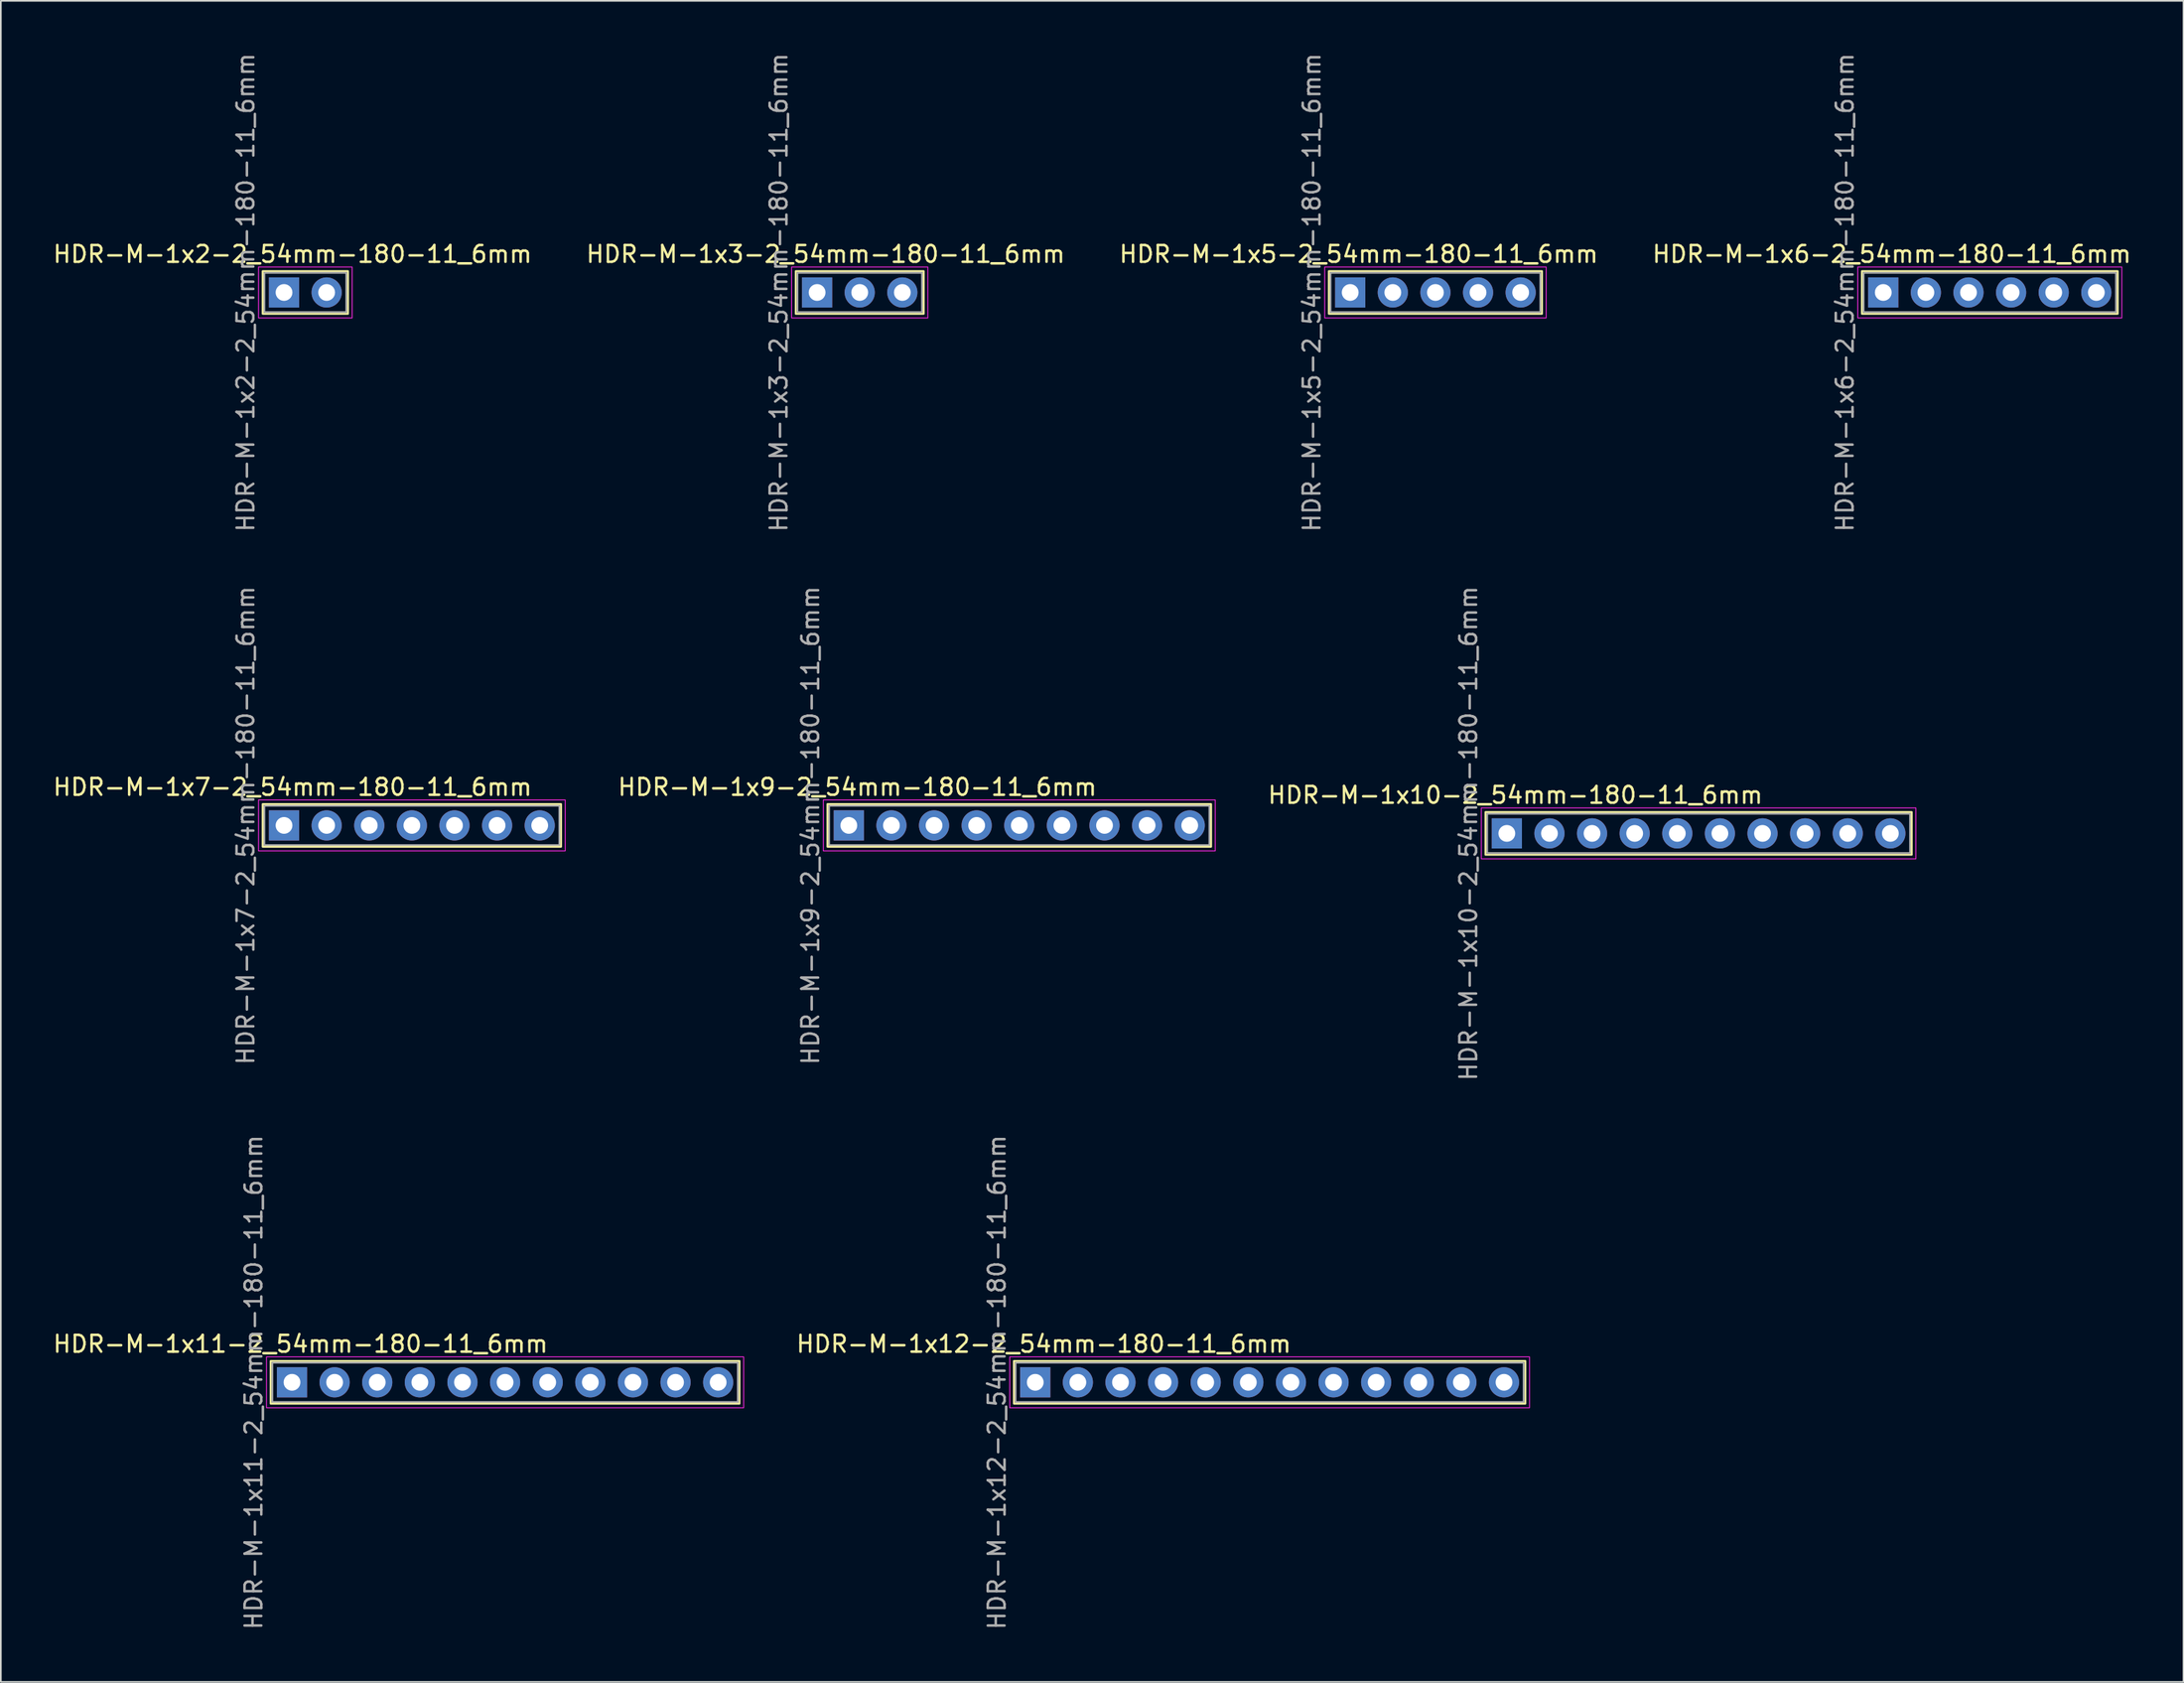
<source format=kicad_pcb>
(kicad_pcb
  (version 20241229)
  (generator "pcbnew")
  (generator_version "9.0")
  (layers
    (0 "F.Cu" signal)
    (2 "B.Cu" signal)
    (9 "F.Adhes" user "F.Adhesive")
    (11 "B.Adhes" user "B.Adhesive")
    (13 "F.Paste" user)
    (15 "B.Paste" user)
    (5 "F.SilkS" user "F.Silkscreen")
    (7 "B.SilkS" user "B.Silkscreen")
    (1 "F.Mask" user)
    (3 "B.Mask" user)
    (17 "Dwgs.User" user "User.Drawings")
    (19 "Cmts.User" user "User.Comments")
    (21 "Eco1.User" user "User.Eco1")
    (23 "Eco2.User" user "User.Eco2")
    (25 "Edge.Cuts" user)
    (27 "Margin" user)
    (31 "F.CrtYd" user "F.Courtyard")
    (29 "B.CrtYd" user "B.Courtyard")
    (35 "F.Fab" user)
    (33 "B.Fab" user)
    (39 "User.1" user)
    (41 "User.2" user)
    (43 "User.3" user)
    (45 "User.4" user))
  (footprint "HDR-M-1x3-2_54mm-180-11_6mm"
    (layer "F.Cu")
    (at 45.653 14.387)
    (property "Reference" "HDR-M-1x3-2_54mm-180-11_6mm" (at 0.508 -2.286 0) (unlocked yes) (layer "F.SilkS") (effects (font (size 1 1) (thickness 0.15))))
    (attr through_hole)
    (fp_rect (start -1.27 -1.27) (end 6.35 1.27) (stroke (width 0.12) (type solid)) (fill no) (layer "F.SilkS"))
    (fp_rect (start -1.52 -1.52) (end 6.6 1.52) (stroke (width 0.05) (type solid)) (fill no) (layer "F.CrtYd"))
    (fp_rect (start -1.17 -1.17) (end 6.25 1.17) (stroke (width 0.1) (type solid)) (fill no) (layer "F.Fab"))
    (fp_text user "${REFERENCE}" (at -2.286 0 90) (unlocked yes) (layer "F.Fab") (effects (font (size 1 1) (thickness 0.15))))
    (pad "1" thru_hole rect (at 0 0) (size 1.8 1.8) (drill 1) (layers "*.Cu" "*.Mask"))
    (pad "2" thru_hole circle (at 2.54 0) (size 1.8 1.8) (drill 1) (layers "*.Cu" "*.Mask"))
    (pad "3" thru_hole circle (at 5.08 0) (size 1.8 1.8) (drill 1) (layers "*.Cu" "*.Mask")))
  (footprint "HDR-M-1x12-2_54mm-180-11_6mm"
    (layer "F.Cu")
    (at 58.655 79.363)
    (property "Reference" "HDR-M-1x12-2_54mm-180-11_6mm" (at 0.508 -2.286 0) (unlocked yes) (layer "F.SilkS") (effects (font (size 1 1) (thickness 0.15))))
    (attr through_hole)
    (fp_rect (start -1.27 -1.27) (end 29.21 1.27) (stroke (width 0.12) (type solid)) (fill no) (layer "F.SilkS"))
    (fp_rect (start -1.52 -1.52) (end 29.46 1.52) (stroke (width 0.05) (type solid)) (fill no) (layer "F.CrtYd"))
    (fp_rect (start -1.17 -1.17) (end 29.11 1.17) (stroke (width 0.1) (type solid)) (fill no) (layer "F.Fab"))
    (fp_text user "${REFERENCE}" (at -2.286 0 90) (unlocked yes) (layer "F.Fab") (effects (font (size 1 1) (thickness 0.15))))
    (pad "1" thru_hole rect (at 0 0) (size 1.8 1.8) (drill 1) (layers "*.Cu" "*.Mask"))
    (pad "2" thru_hole circle (at 2.54 0) (size 1.8 1.8) (drill 1) (layers "*.Cu" "*.Mask"))
    (pad "3" thru_hole circle (at 5.08 0) (size 1.8 1.8) (drill 1) (layers "*.Cu" "*.Mask"))
    (pad "4" thru_hole circle (at 7.62 0) (size 1.8 1.8) (drill 1) (layers "*.Cu" "*.Mask"))
    (pad "5" thru_hole circle (at 10.16 0) (size 1.8 1.8) (drill 1) (layers "*.Cu" "*.Mask"))
    (pad "6" thru_hole circle (at 12.7 0) (size 1.8 1.8) (drill 1) (layers "*.Cu" "*.Mask"))
    (pad "7" thru_hole circle (at 15.24 0) (size 1.8 1.8) (drill 1) (layers "*.Cu" "*.Mask"))
    (pad "8" thru_hole circle (at 17.78 0) (size 1.8 1.8) (drill 1) (layers "*.Cu" "*.Mask"))
    (pad "9" thru_hole circle (at 20.32 0) (size 1.8 1.8) (drill 1) (layers "*.Cu" "*.Mask"))
    (pad "10" thru_hole circle (at 22.86 0) (size 1.8 1.8) (drill 1) (layers "*.Cu" "*.Mask"))
    (pad "11" thru_hole circle (at 25.4 0) (size 1.8 1.8) (drill 1) (layers "*.Cu" "*.Mask"))
    (pad "12" thru_hole circle (at 27.94 0) (size 1.8 1.8) (drill 1) (layers "*.Cu" "*.Mask")))
  (footprint "HDR-M-1x2-2_54mm-180-11_6mm"
    (layer "F.Cu")
    (at 13.879 14.387)
    (property "Reference" "HDR-M-1x2-2_54mm-180-11_6mm" (at 0.508 -2.286 0) (unlocked yes) (layer "F.SilkS") (effects (font (size 1 1) (thickness 0.15))))
    (attr through_hole)
    (fp_rect (start -1.27 -1.27) (end 3.81 1.27) (stroke (width 0.12) (type solid)) (fill no) (layer "F.SilkS"))
    (fp_rect (start -1.52 -1.52) (end 4.06 1.52) (stroke (width 0.05) (type solid)) (fill no) (layer "F.CrtYd"))
    (fp_rect (start -1.17 -1.17) (end 3.71 1.17) (stroke (width 0.1) (type solid)) (fill no) (layer "F.Fab"))
    (fp_text user "${REFERENCE}" (at -2.286 0 90) (unlocked yes) (layer "F.Fab") (effects (font (size 1 1) (thickness 0.15))))
    (pad "1" thru_hole rect (at 0 0) (size 1.8 1.8) (drill 1) (layers "*.Cu" "*.Mask"))
    (pad "2" thru_hole circle (at 2.54 0) (size 1.8 1.8) (drill 1) (layers "*.Cu" "*.Mask")))
  (footprint "HDR-M-1x10-2_54mm-180-11_6mm"
    (layer "F.Cu")
    (at 86.763 46.637)
    (property "Reference" "HDR-M-1x10-2_54mm-180-11_6mm" (at 0.508 -2.286 0) (unlocked yes) (layer "F.SilkS") (effects (font (size 1 1) (thickness 0.15))))
    (attr through_hole)
    (fp_rect (start -1.27 -1.27) (end 24.13 1.27) (stroke (width 0.12) (type solid)) (fill no) (layer "F.SilkS"))
    (fp_rect (start -1.52 -1.52) (end 24.38 1.52) (stroke (width 0.05) (type solid)) (fill no) (layer "F.CrtYd"))
    (fp_rect (start -1.17 -1.17) (end 24.03 1.17) (stroke (width 0.1) (type solid)) (fill no) (layer "F.Fab"))
    (fp_text user "${REFERENCE}" (at -2.286 0 90) (unlocked yes) (layer "F.Fab") (effects (font (size 1 1) (thickness 0.15))))
    (pad "1" thru_hole rect (at 0 0) (size 1.8 1.8) (drill 1) (layers "*.Cu" "*.Mask"))
    (pad "2" thru_hole circle (at 2.54 0) (size 1.8 1.8) (drill 1) (layers "*.Cu" "*.Mask"))
    (pad "3" thru_hole circle (at 5.08 0) (size 1.8 1.8) (drill 1) (layers "*.Cu" "*.Mask"))
    (pad "4" thru_hole circle (at 7.62 0) (size 1.8 1.8) (drill 1) (layers "*.Cu" "*.Mask"))
    (pad "5" thru_hole circle (at 10.16 0) (size 1.8 1.8) (drill 1) (layers "*.Cu" "*.Mask"))
    (pad "6" thru_hole circle (at 12.7 0) (size 1.8 1.8) (drill 1) (layers "*.Cu" "*.Mask"))
    (pad "7" thru_hole circle (at 15.24 0) (size 1.8 1.8) (drill 1) (layers "*.Cu" "*.Mask"))
    (pad "8" thru_hole circle (at 17.78 0) (size 1.8 1.8) (drill 1) (layers "*.Cu" "*.Mask"))
    (pad "9" thru_hole circle (at 20.32 0) (size 1.8 1.8) (drill 1) (layers "*.Cu" "*.Mask"))
    (pad "10" thru_hole circle (at 22.86 0) (size 1.8 1.8) (drill 1) (layers "*.Cu" "*.Mask")))
  (footprint "HDR-M-1x9-2_54mm-180-11_6mm"
    (layer "F.Cu")
    (at 47.543 46.161)
    (property "Reference" "HDR-M-1x9-2_54mm-180-11_6mm" (at 0.508 -2.286 0) (unlocked yes) (layer "F.SilkS") (effects (font (size 1 1) (thickness 0.15))))
    (attr through_hole)
    (fp_rect (start -1.27 -1.27) (end 21.59 1.27) (stroke (width 0.12) (type solid)) (fill no) (layer "F.SilkS"))
    (fp_rect (start -1.52 -1.52) (end 21.84 1.52) (stroke (width 0.05) (type solid)) (fill no) (layer "F.CrtYd"))
    (fp_rect (start -1.17 -1.17) (end 21.49 1.17) (stroke (width 0.1) (type solid)) (fill no) (layer "F.Fab"))
    (fp_text user "${REFERENCE}" (at -2.286 0 90) (unlocked yes) (layer "F.Fab") (effects (font (size 1 1) (thickness 0.15))))
    (pad "1" thru_hole rect (at 0 0) (size 1.8 1.8) (drill 1) (layers "*.Cu" "*.Mask"))
    (pad "2" thru_hole circle (at 2.54 0) (size 1.8 1.8) (drill 1) (layers "*.Cu" "*.Mask"))
    (pad "3" thru_hole circle (at 5.08 0) (size 1.8 1.8) (drill 1) (layers "*.Cu" "*.Mask"))
    (pad "4" thru_hole circle (at 7.62 0) (size 1.8 1.8) (drill 1) (layers "*.Cu" "*.Mask"))
    (pad "5" thru_hole circle (at 10.16 0) (size 1.8 1.8) (drill 1) (layers "*.Cu" "*.Mask"))
    (pad "6" thru_hole circle (at 12.7 0) (size 1.8 1.8) (drill 1) (layers "*.Cu" "*.Mask"))
    (pad "7" thru_hole circle (at 15.24 0) (size 1.8 1.8) (drill 1) (layers "*.Cu" "*.Mask"))
    (pad "8" thru_hole circle (at 17.78 0) (size 1.8 1.8) (drill 1) (layers "*.Cu" "*.Mask"))
    (pad "9" thru_hole circle (at 20.32 0) (size 1.8 1.8) (drill 1) (layers "*.Cu" "*.Mask")))
  (footprint "HDR-M-1x6-2_54mm-180-11_6mm"
    (layer "F.Cu")
    (at 109.2 14.387)
    (property "Reference" "HDR-M-1x6-2_54mm-180-11_6mm" (at 0.508 -2.286 0) (unlocked yes) (layer "F.SilkS") (effects (font (size 1 1) (thickness 0.15))))
    (attr through_hole)
    (fp_rect (start -1.27 -1.27) (end 13.97 1.27) (stroke (width 0.12) (type solid)) (fill no) (layer "F.SilkS"))
    (fp_rect (start -1.52 -1.52) (end 14.22 1.52) (stroke (width 0.05) (type solid)) (fill no) (layer "F.CrtYd"))
    (fp_rect (start -1.17 -1.17) (end 13.87 1.17) (stroke (width 0.1) (type solid)) (fill no) (layer "F.Fab"))
    (fp_text user "${REFERENCE}" (at -2.286 0 90) (unlocked yes) (layer "F.Fab") (effects (font (size 1 1) (thickness 0.15))))
    (pad "1" thru_hole rect (at 0 0) (size 1.8 1.8) (drill 1) (layers "*.Cu" "*.Mask"))
    (pad "2" thru_hole circle (at 2.54 0) (size 1.8 1.8) (drill 1) (layers "*.Cu" "*.Mask"))
    (pad "3" thru_hole circle (at 5.08 0) (size 1.8 1.8) (drill 1) (layers "*.Cu" "*.Mask"))
    (pad "4" thru_hole circle (at 7.62 0) (size 1.8 1.8) (drill 1) (layers "*.Cu" "*.Mask"))
    (pad "5" thru_hole circle (at 10.16 0) (size 1.8 1.8) (drill 1) (layers "*.Cu" "*.Mask"))
    (pad "6" thru_hole circle (at 12.7 0) (size 1.8 1.8) (drill 1) (layers "*.Cu" "*.Mask")))
  (footprint "HDR-M-1x11-2_54mm-180-11_6mm"
    (layer "F.Cu")
    (at 14.355 79.363)
    (property "Reference" "HDR-M-1x11-2_54mm-180-11_6mm" (at 0.508 -2.286 0) (unlocked yes) (layer "F.SilkS") (effects (font (size 1 1) (thickness 0.15))))
    (attr through_hole)
    (fp_rect (start -1.27 -1.27) (end 26.67 1.27) (stroke (width 0.12) (type solid)) (fill no) (layer "F.SilkS"))
    (fp_rect (start -1.52 -1.52) (end 26.92 1.52) (stroke (width 0.05) (type solid)) (fill no) (layer "F.CrtYd"))
    (fp_rect (start -1.17 -1.17) (end 26.57 1.17) (stroke (width 0.1) (type solid)) (fill no) (layer "F.Fab"))
    (fp_text user "${REFERENCE}" (at -2.286 0 90) (unlocked yes) (layer "F.Fab") (effects (font (size 1 1) (thickness 0.15))))
    (pad "1" thru_hole rect (at 0 0) (size 1.8 1.8) (drill 1) (layers "*.Cu" "*.Mask"))
    (pad "2" thru_hole circle (at 2.54 0) (size 1.8 1.8) (drill 1) (layers "*.Cu" "*.Mask"))
    (pad "3" thru_hole circle (at 5.08 0) (size 1.8 1.8) (drill 1) (layers "*.Cu" "*.Mask"))
    (pad "4" thru_hole circle (at 7.62 0) (size 1.8 1.8) (drill 1) (layers "*.Cu" "*.Mask"))
    (pad "5" thru_hole circle (at 10.16 0) (size 1.8 1.8) (drill 1) (layers "*.Cu" "*.Mask"))
    (pad "6" thru_hole circle (at 12.7 0) (size 1.8 1.8) (drill 1) (layers "*.Cu" "*.Mask"))
    (pad "7" thru_hole circle (at 15.24 0) (size 1.8 1.8) (drill 1) (layers "*.Cu" "*.Mask"))
    (pad "8" thru_hole circle (at 17.78 0) (size 1.8 1.8) (drill 1) (layers "*.Cu" "*.Mask"))
    (pad "9" thru_hole circle (at 20.32 0) (size 1.8 1.8) (drill 1) (layers "*.Cu" "*.Mask"))
    (pad "10" thru_hole circle (at 22.86 0) (size 1.8 1.8) (drill 1) (layers "*.Cu" "*.Mask"))
    (pad "11" thru_hole circle (at 25.4 0) (size 1.8 1.8) (drill 1) (layers "*.Cu" "*.Mask")))
  (footprint "HDR-M-1x7-2_54mm-180-11_6mm"
    (layer "F.Cu")
    (at 13.879 46.161)
    (property "Reference" "HDR-M-1x7-2_54mm-180-11_6mm" (at 0.508 -2.286 0) (unlocked yes) (layer "F.SilkS") (effects (font (size 1 1) (thickness 0.15))))
    (attr through_hole)
    (fp_rect (start -1.27 -1.27) (end 16.51 1.27) (stroke (width 0.12) (type solid)) (fill no) (layer "F.SilkS"))
    (fp_rect (start -1.52 -1.52) (end 16.76 1.52) (stroke (width 0.05) (type solid)) (fill no) (layer "F.CrtYd"))
    (fp_rect (start -1.17 -1.17) (end 16.41 1.17) (stroke (width 0.1) (type solid)) (fill no) (layer "F.Fab"))
    (fp_text user "${REFERENCE}" (at -2.286 0 90) (unlocked yes) (layer "F.Fab") (effects (font (size 1 1) (thickness 0.15))))
    (pad "1" thru_hole rect (at 0 0) (size 1.8 1.8) (drill 1) (layers "*.Cu" "*.Mask"))
    (pad "2" thru_hole circle (at 2.54 0) (size 1.8 1.8) (drill 1) (layers "*.Cu" "*.Mask"))
    (pad "3" thru_hole circle (at 5.08 0) (size 1.8 1.8) (drill 1) (layers "*.Cu" "*.Mask"))
    (pad "4" thru_hole circle (at 7.62 0) (size 1.8 1.8) (drill 1) (layers "*.Cu" "*.Mask"))
    (pad "5" thru_hole circle (at 10.16 0) (size 1.8 1.8) (drill 1) (layers "*.Cu" "*.Mask"))
    (pad "6" thru_hole circle (at 12.7 0) (size 1.8 1.8) (drill 1) (layers "*.Cu" "*.Mask"))
    (pad "7" thru_hole circle (at 15.24 0) (size 1.8 1.8) (drill 1) (layers "*.Cu" "*.Mask")))
  (footprint "HDR-M-1x5-2_54mm-180-11_6mm"
    (layer "F.Cu")
    (at 77.427 14.387)
    (property "Reference" "HDR-M-1x5-2_54mm-180-11_6mm" (at 0.508 -2.286 0) (unlocked yes) (layer "F.SilkS") (effects (font (size 1 1) (thickness 0.15))))
    (attr through_hole)
    (fp_rect (start -1.27 -1.27) (end 11.43 1.27) (stroke (width 0.12) (type solid)) (fill no) (layer "F.SilkS"))
    (fp_rect (start -1.52 -1.52) (end 11.68 1.52) (stroke (width 0.05) (type solid)) (fill no) (layer "F.CrtYd"))
    (fp_rect (start -1.17 -1.17) (end 11.33 1.17) (stroke (width 0.1) (type solid)) (fill no) (layer "F.Fab"))
    (fp_text user "${REFERENCE}" (at -2.286 0 90) (unlocked yes) (layer "F.Fab") (effects (font (size 1 1) (thickness 0.15))))
    (pad "1" thru_hole rect (at 0 0) (size 1.8 1.8) (drill 1) (layers "*.Cu" "*.Mask"))
    (pad "2" thru_hole circle (at 2.54 0) (size 1.8 1.8) (drill 1) (layers "*.Cu" "*.Mask"))
    (pad "3" thru_hole circle (at 5.08 0) (size 1.8 1.8) (drill 1) (layers "*.Cu" "*.Mask"))
    (pad "4" thru_hole circle (at 7.62 0) (size 1.8 1.8) (drill 1) (layers "*.Cu" "*.Mask"))
    (pad "5" thru_hole circle (at 10.16 0) (size 1.8 1.8) (drill 1) (layers "*.Cu" "*.Mask")))
  (gr_rect
    (start -3 -3)
    (end 127.095 97.226)
    (stroke (width 0.1) (type default))
    (fill no)
    (layer "Edge.Cuts")))
</source>
